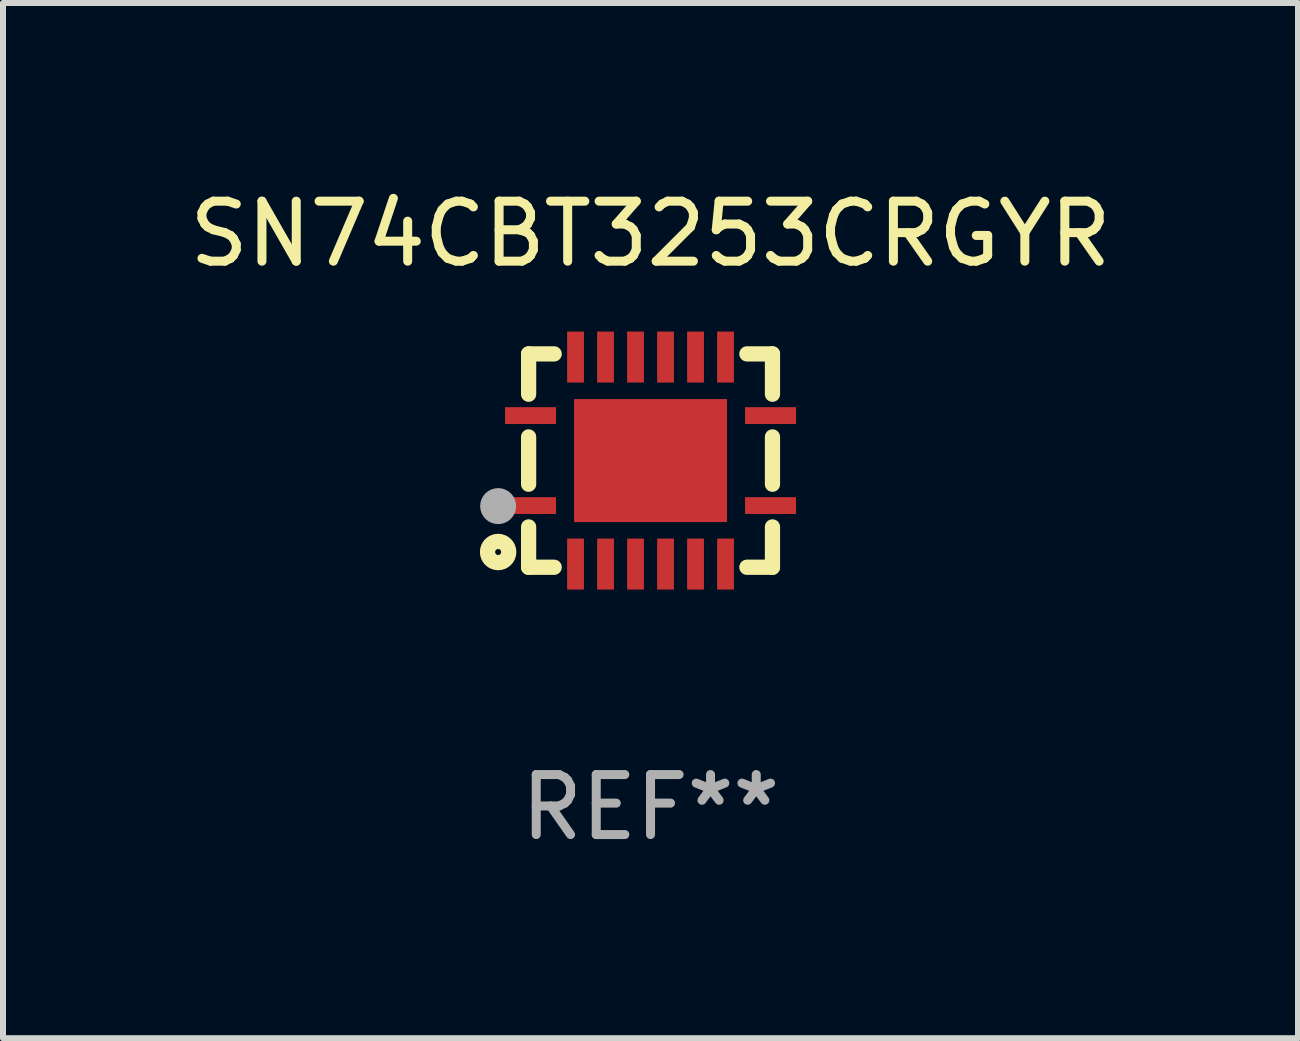
<source format=kicad_pcb>
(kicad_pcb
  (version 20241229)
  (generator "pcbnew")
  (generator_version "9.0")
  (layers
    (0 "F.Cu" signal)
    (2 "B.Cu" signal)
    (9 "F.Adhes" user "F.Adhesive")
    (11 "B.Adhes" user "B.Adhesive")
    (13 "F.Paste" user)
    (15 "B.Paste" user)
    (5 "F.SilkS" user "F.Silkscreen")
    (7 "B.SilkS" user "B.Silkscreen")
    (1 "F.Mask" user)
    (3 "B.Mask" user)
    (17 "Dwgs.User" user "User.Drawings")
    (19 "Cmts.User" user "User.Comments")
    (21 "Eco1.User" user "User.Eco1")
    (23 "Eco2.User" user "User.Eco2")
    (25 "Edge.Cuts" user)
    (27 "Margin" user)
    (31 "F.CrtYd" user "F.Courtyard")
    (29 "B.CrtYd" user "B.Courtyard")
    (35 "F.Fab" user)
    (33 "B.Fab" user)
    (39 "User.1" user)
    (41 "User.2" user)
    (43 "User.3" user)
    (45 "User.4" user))
  (footprint "SN74CBT3253CRGYR"
    (layer "F.Cu")
    (at 7.792 4.626)
    (property "Reference" "SN74CBT3253CRGYR" (at 0 -3.778 0) (layer "F.SilkS") (effects (font (size 1 1) (thickness 0.15))))
    (attr through_hole)
    (fp_line (start -2.032 -1.778) (end -2.032 -1.106) (stroke (width 0.254) (type solid)) (layer "F.SilkS"))
    (fp_line (start -2.032 -0.394) (end -2.032 0.394) (stroke (width 0.254) (type solid)) (layer "F.SilkS"))
    (fp_line (start -2.032 1.106) (end -2.032 1.778) (stroke (width 0.254) (type solid)) (layer "F.SilkS"))
    (fp_line (start -2.032 1.778) (end -1.606 1.778) (stroke (width 0.254) (type solid)) (layer "F.SilkS"))
    (fp_line (start -1.606 -1.778) (end -2.032 -1.778) (stroke (width 0.254) (type solid)) (layer "F.SilkS"))
    (fp_line (start 1.606 1.778) (end 2.032 1.778) (stroke (width 0.254) (type solid)) (layer "F.SilkS"))
    (fp_line (start 2.032 -1.778) (end 1.606 -1.778) (stroke (width 0.254) (type solid)) (layer "F.SilkS"))
    (fp_line (start 2.032 -1.106) (end 2.032 -1.778) (stroke (width 0.254) (type solid)) (layer "F.SilkS"))
    (fp_line (start 2.032 0.394) (end 2.032 -0.394) (stroke (width 0.254) (type solid)) (layer "F.SilkS"))
    (fp_line (start 2.032 1.778) (end 2.032 1.106) (stroke (width 0.254) (type solid)) (layer "F.SilkS"))
    (fp_circle (center -2.54 1.524) (end -2.363 1.524) (stroke (width 0.254) (type solid)) (fill no) (layer "F.SilkS"))
    (fp_circle (center -2.002 1.752) (end -1.952 1.752) (stroke (width 0.1) (type solid)) (fill no) (layer "F.SilkS"))
    (fp_circle (center -2.54 0.759) (end -2.39 0.759) (stroke (width 0.3) (type solid)) (fill no) (layer "F.Fab"))
    (fp_text user "REF**" (at 0 5.778 0) (layer "F.Fab") (effects (font (size 1 1) (thickness 0.15))))
    (pad "1" smd rect (at -2 0.75 90) (size 0.28 0.85) (layers "F.Cu" "F.Mask" "F.Paste"))
    (pad "2" smd rect (at -1.25 1.725 180) (size 0.28 0.85) (layers "F.Cu" "F.Mask" "F.Paste"))
    (pad "3" smd rect (at -0.75 1.725 180) (size 0.28 0.85) (layers "F.Cu" "F.Mask" "F.Paste"))
    (pad "4" smd rect (at -0.25 1.725 180) (size 0.28 0.85) (layers "F.Cu" "F.Mask" "F.Paste"))
    (pad "5" smd rect (at 0.25 1.725 180) (size 0.28 0.85) (layers "F.Cu" "F.Mask" "F.Paste"))
    (pad "6" smd rect (at 0.75 1.725 180) (size 0.28 0.85) (layers "F.Cu" "F.Mask" "F.Paste"))
    (pad "7" smd rect (at 1.25 1.725 180) (size 0.28 0.85) (layers "F.Cu" "F.Mask" "F.Paste"))
    (pad "8" smd rect (at 2 0.75 270) (size 0.28 0.85) (layers "F.Cu" "F.Mask" "F.Paste"))
    (pad "9" smd rect (at 2 -0.75 270) (size 0.28 0.85) (layers "F.Cu" "F.Mask" "F.Paste"))
    (pad "10" smd rect (at 1.25 -1.725) (size 0.28 0.85) (layers "F.Cu" "F.Mask" "F.Paste"))
    (pad "11" smd rect (at 0.75 -1.725) (size 0.28 0.85) (layers "F.Cu" "F.Mask" "F.Paste"))
    (pad "12" smd rect (at 0.25 -1.725) (size 0.28 0.85) (layers "F.Cu" "F.Mask" "F.Paste"))
    (pad "13" smd rect (at -0.25 -1.725) (size 0.28 0.85) (layers "F.Cu" "F.Mask" "F.Paste"))
    (pad "14" smd rect (at -0.75 -1.725) (size 0.28 0.85) (layers "F.Cu" "F.Mask" "F.Paste"))
    (pad "15" smd rect (at -1.25 -1.725) (size 0.28 0.85) (layers "F.Cu" "F.Mask" "F.Paste"))
    (pad "16" smd rect (at -2 -0.75 90) (size 0.28 0.85) (layers "F.Cu" "F.Mask" "F.Paste"))
    (pad "17" smd rect (at 0.000051 0 270) (size 2.05 2.55) (layers "F.Cu" "F.Mask" "F.Paste")))
  (gr_rect
    (start -3 -3)
    (end 18.583 14.253)
    (stroke (width 0.1) (type default))
    (fill no)
    (layer "Edge.Cuts")))
</source>
